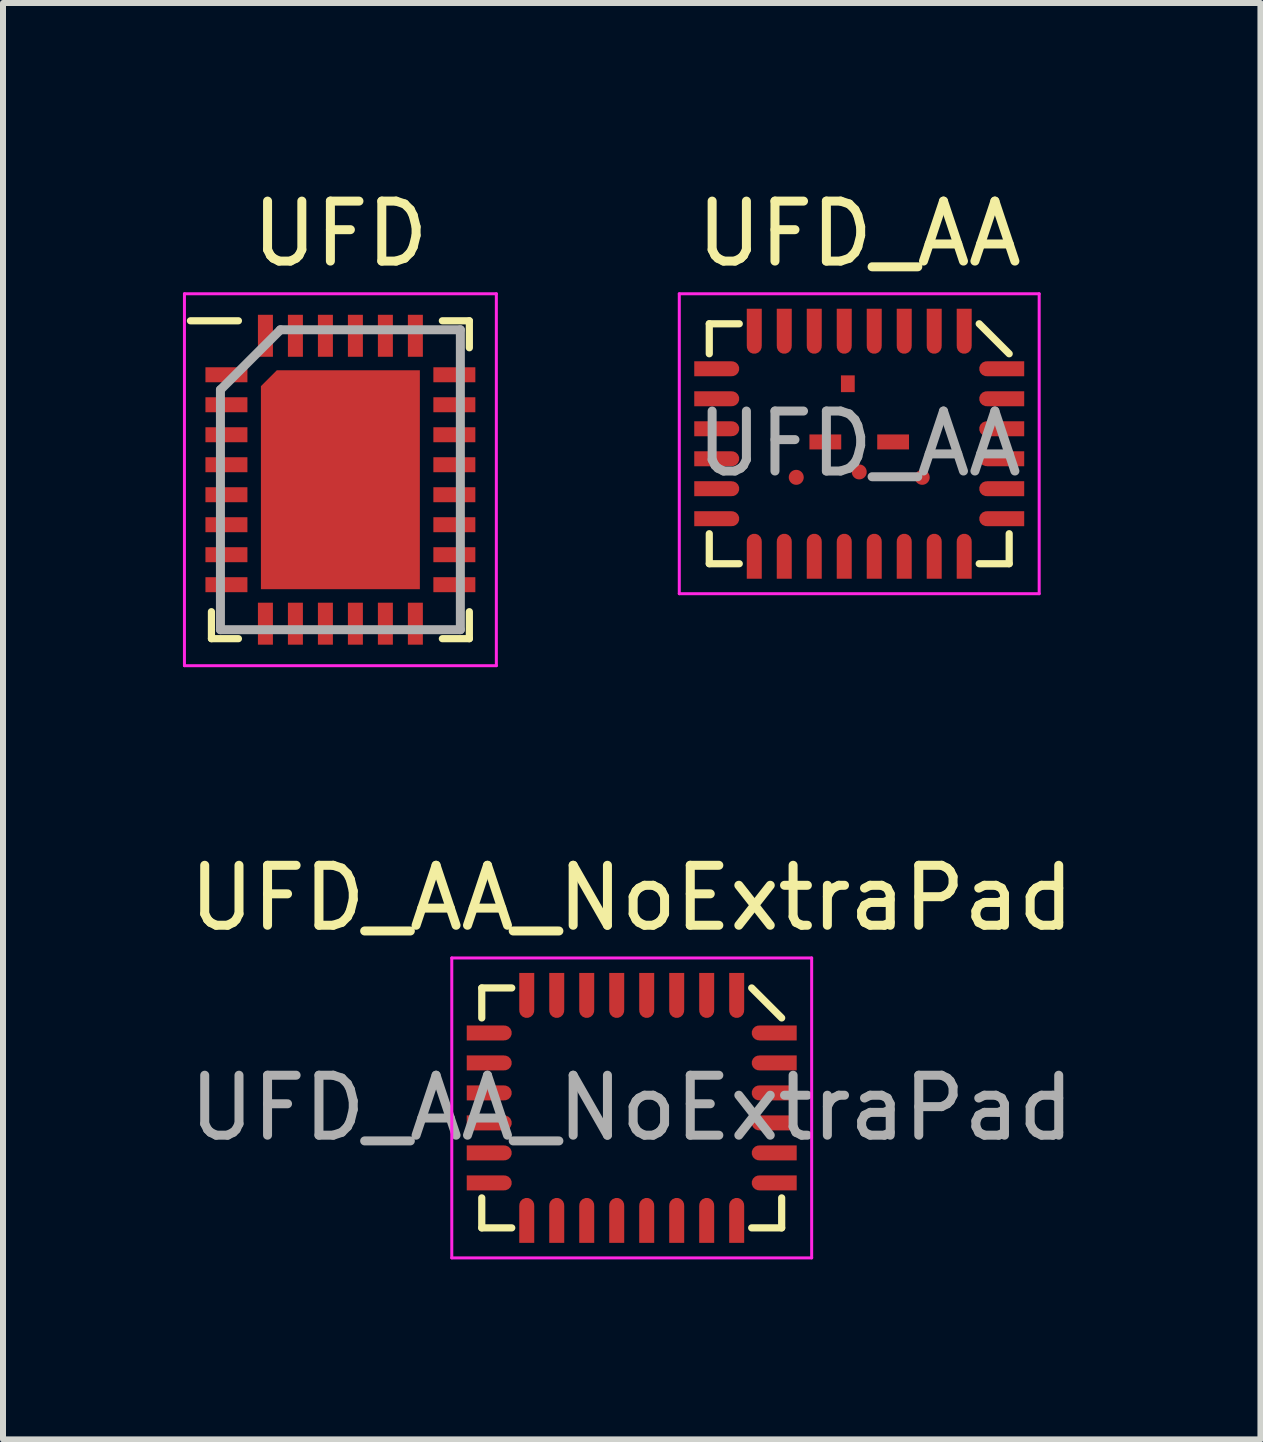
<source format=kicad_pcb>
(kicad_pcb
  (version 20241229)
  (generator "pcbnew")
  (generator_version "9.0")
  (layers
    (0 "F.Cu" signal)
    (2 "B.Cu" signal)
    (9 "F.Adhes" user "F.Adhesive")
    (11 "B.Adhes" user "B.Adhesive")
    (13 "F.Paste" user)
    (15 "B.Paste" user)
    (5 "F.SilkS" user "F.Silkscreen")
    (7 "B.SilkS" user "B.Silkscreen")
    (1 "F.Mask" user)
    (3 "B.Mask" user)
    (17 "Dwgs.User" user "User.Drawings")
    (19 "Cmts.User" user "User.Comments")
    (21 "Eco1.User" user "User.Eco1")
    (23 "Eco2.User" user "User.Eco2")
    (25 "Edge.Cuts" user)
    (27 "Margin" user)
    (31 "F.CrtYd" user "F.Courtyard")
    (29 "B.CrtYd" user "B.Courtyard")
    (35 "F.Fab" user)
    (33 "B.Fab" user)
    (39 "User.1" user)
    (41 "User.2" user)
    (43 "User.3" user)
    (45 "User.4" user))
  (footprint "UFD_AA_NoExtraPad"
    (layer "F.Cu")
    (at 7.482 15.421)
    (property "Reference" "UFD_AA_NoExtraPad" (at 0 -3.5 0) (layer "F.SilkS") (effects (font (size 1 1) (thickness 0.15))))
    (attr smd)
    (fp_line (start -2.5 -2) (end -2 -2) (stroke (width 0.12) (type solid)) (layer "F.SilkS"))
    (fp_line (start -2.5 -1.5) (end -2.5 -2) (stroke (width 0.12) (type solid)) (layer "F.SilkS"))
    (fp_line (start -2.5 1.5) (end -2.5 2) (stroke (width 0.12) (type solid)) (layer "F.SilkS"))
    (fp_line (start -2 2) (end -2.5 2) (stroke (width 0.12) (type solid)) (layer "F.SilkS"))
    (fp_line (start 2 -2) (end 2.5 -1.5) (stroke (width 0.12) (type solid)) (layer "F.SilkS"))
    (fp_line (start 2.5 1.5) (end 2.5 2) (stroke (width 0.12) (type solid)) (layer "F.SilkS"))
    (fp_line (start 2.5 2) (end 2 2) (stroke (width 0.12) (type solid)) (layer "F.SilkS"))
    (fp_line (start -3 -2.5) (end -3 2.5) (stroke (width 0.05) (type solid)) (layer "F.CrtYd"))
    (fp_line (start -3 -2.5) (end 3 -2.5) (stroke (width 0.05) (type solid)) (layer "F.CrtYd"))
    (fp_line (start -3 2.5) (end 3 2.5) (stroke (width 0.05) (type solid)) (layer "F.CrtYd"))
    (fp_line (start 3 -2.5) (end 3 2.5) (stroke (width 0.05) (type solid)) (layer "F.CrtYd"))
    (fp_text user "${REFERENCE}" (at 0 0 0) (layer "F.Fab") (effects (font (size 1 1) (thickness 0.15))))
    (pad "1" smd custom (at 1.75 -1.938 180) (size 0.25 0.625) (layers "F.Cu" "F.Mask" "F.Paste") (options (anchor rect)) (primitives (gr_circle (center 0 -0.313) (end 0.125 -0.313) (width 0) (fill yes))))
    (pad "2" smd custom (at 1.25 -1.938 180) (size 0.25 0.625) (layers "F.Cu" "F.Mask" "F.Paste") (options (anchor rect)) (primitives (gr_circle (center 0 -0.313) (end 0.125 -0.313) (width 0) (fill yes))))
    (pad "3" smd custom (at 0.75 -1.938 180) (size 0.25 0.625) (layers "F.Cu" "F.Mask" "F.Paste") (options (anchor rect)) (primitives (gr_circle (center 0 -0.313) (end 0.125 -0.313) (width 0) (fill yes))))
    (pad "4" smd custom (at 0.25 -1.938 180) (size 0.25 0.625) (layers "F.Cu" "F.Mask" "F.Paste") (options (anchor rect)) (primitives (gr_circle (center 0 -0.313) (end 0.125 -0.313) (width 0) (fill yes))))
    (pad "5" smd custom (at -0.25 -1.938 180) (size 0.25 0.625) (layers "F.Cu" "F.Mask" "F.Paste") (options (anchor rect)) (primitives (gr_circle (center 0 -0.313) (end 0.125 -0.313) (width 0) (fill yes))))
    (pad "6" smd custom (at -0.75 -1.938 180) (size 0.25 0.625) (layers "F.Cu" "F.Mask" "F.Paste") (options (anchor rect)) (primitives (gr_circle (center 0 -0.313) (end 0.125 -0.313) (width 0) (fill yes))))
    (pad "7" smd custom (at -1.25 -1.938 180) (size 0.25 0.625) (layers "F.Cu" "F.Mask" "F.Paste") (options (anchor rect)) (primitives (gr_circle (center 0 -0.313) (end 0.125 -0.313) (width 0) (fill yes))))
    (pad "8" smd custom (at -1.75 -1.938 180) (size 0.25 0.625) (layers "F.Cu" "F.Mask" "F.Paste") (options (anchor rect)) (primitives (gr_circle (center 0 -0.313) (end 0.125 -0.313) (width 0) (fill yes))))
    (pad "9" smd custom (at -2.438 -1.25 270) (size 0.25 0.625) (layers "F.Cu" "F.Mask" "F.Paste") (options (anchor rect)) (primitives (gr_circle (center 0 -0.313) (end 0.125 -0.313) (width 0) (fill yes))))
    (pad "10" smd custom (at -2.438 -0.75 270) (size 0.25 0.625) (layers "F.Cu" "F.Mask" "F.Paste") (options (anchor rect)) (primitives (gr_circle (center 0 -0.313) (end 0.125 -0.313) (width 0) (fill yes))))
    (pad "11" smd custom (at -2.438 -0.25 270) (size 0.25 0.625) (layers "F.Cu" "F.Mask" "F.Paste") (options (anchor rect)) (primitives (gr_circle (center 0 -0.313) (end 0.125 -0.313) (width 0) (fill yes))))
    (pad "12" smd custom (at -2.438 0.25 270) (size 0.25 0.625) (layers "F.Cu" "F.Mask" "F.Paste") (options (anchor rect)) (primitives (gr_circle (center 0 -0.313) (end 0.125 -0.313) (width 0) (fill yes))))
    (pad "13" smd custom (at -2.438 0.75 270) (size 0.25 0.625) (layers "F.Cu" "F.Mask" "F.Paste") (options (anchor rect)) (primitives (gr_circle (center 0 -0.313) (end 0.125 -0.313) (width 0) (fill yes))))
    (pad "14" smd custom (at -2.438 1.25 270) (size 0.25 0.625) (layers "F.Cu" "F.Mask" "F.Paste") (options (anchor rect)) (primitives (gr_circle (center 0 -0.313) (end 0.125 -0.313) (width 0) (fill yes))))
    (pad "15" smd custom (at -1.75 1.938) (size 0.25 0.625) (layers "F.Cu" "F.Mask" "F.Paste") (options (anchor rect)) (primitives (gr_circle (center 0 -0.313) (end 0.125 -0.313) (width 0) (fill yes))))
    (pad "16" smd custom (at -1.25 1.938) (size 0.25 0.625) (layers "F.Cu" "F.Mask" "F.Paste") (options (anchor rect)) (primitives (gr_circle (center 0 -0.313) (end 0.125 -0.313) (width 0) (fill yes))))
    (pad "17" smd custom (at -0.75 1.938) (size 0.25 0.625) (layers "F.Cu" "F.Mask" "F.Paste") (options (anchor rect)) (primitives (gr_circle (center 0 -0.313) (end 0.125 -0.313) (width 0) (fill yes))))
    (pad "18" smd custom (at -0.25 1.938) (size 0.25 0.625) (layers "F.Cu" "F.Mask" "F.Paste") (options (anchor rect)) (primitives (gr_circle (center 0 -0.313) (end 0.125 -0.313) (width 0) (fill yes))))
    (pad "19" smd custom (at 0.25 1.938) (size 0.25 0.625) (layers "F.Cu" "F.Mask" "F.Paste") (options (anchor rect)) (primitives (gr_circle (center 0 -0.313) (end 0.125 -0.313) (width 0) (fill yes))))
    (pad "20" smd custom (at 0.75 1.938) (size 0.25 0.625) (layers "F.Cu" "F.Mask" "F.Paste") (options (anchor rect)) (primitives (gr_circle (center 0 -0.313) (end 0.125 -0.313) (width 0) (fill yes))))
    (pad "21" smd custom (at 1.25 1.938) (size 0.25 0.625) (layers "F.Cu" "F.Mask" "F.Paste") (options (anchor rect)) (primitives (gr_circle (center 0 -0.313) (end 0.125 -0.313) (width 0) (fill yes))))
    (pad "22" smd custom (at 1.75 1.938) (size 0.25 0.625) (layers "F.Cu" "F.Mask" "F.Paste") (options (anchor rect)) (primitives (gr_circle (center 0 -0.313) (end 0.125 -0.313) (width 0) (fill yes))))
    (pad "23" smd custom (at 2.438 1.25 90) (size 0.25 0.625) (layers "F.Cu" "F.Mask" "F.Paste") (options (anchor rect)) (primitives (gr_circle (center 0 -0.313) (end 0.125 -0.313) (width 0) (fill yes))))
    (pad "24" smd custom (at 2.438 0.75 90) (size 0.25 0.625) (layers "F.Cu" "F.Mask" "F.Paste") (options (anchor rect)) (primitives (gr_circle (center 0 -0.313) (end 0.125 -0.313) (width 0) (fill yes))))
    (pad "25" smd custom (at 2.438 0.25 90) (size 0.25 0.625) (layers "F.Cu" "F.Mask" "F.Paste") (options (anchor rect)) (primitives (gr_circle (center 0 -0.313) (end 0.125 -0.313) (width 0) (fill yes))))
    (pad "26" smd custom (at 2.438 -0.25 90) (size 0.25 0.625) (layers "F.Cu" "F.Mask" "F.Paste") (options (anchor rect)) (primitives (gr_circle (center 0 -0.313) (end 0.125 -0.313) (width 0) (fill yes))))
    (pad "27" smd custom (at 2.438 -0.75 90) (size 0.25 0.625) (layers "F.Cu" "F.Mask" "F.Paste") (options (anchor rect)) (primitives (gr_circle (center 0 -0.313) (end 0.125 -0.313) (width 0) (fill yes))))
    (pad "28" smd custom (at 2.438 -1.25 90) (size 0.25 0.625) (layers "F.Cu" "F.Mask" "F.Paste") (options (anchor rect)) (primitives (gr_circle (center 0 -0.313) (end 0.125 -0.313) (width 0) (fill yes))))
    (zone (net_name "") (layers "F.Cu" "F.CrtYd") (hatch edge 0.508) (connect_pads) (min_thickness 0.254) (filled_areas_thickness no) (keepout (tracks not_allowed) (vias not_allowed) (pads not_allowed) (copperpour not_allowed) (footprints not_allowed)) (placement (enabled no)) (fill) (polygon (pts (xy 8.732 16.172) (xy 6.232 16.172) (xy 6.232 14.171) (xy 8.732 14.171)))))
  (footprint "UFD_AA"
    (layer "F.Cu")
    (at 11.275 4.348)
    (property "Reference" "UFD_AA" (at 0 -3.5 0) (layer "F.SilkS") (effects (font (size 1 1) (thickness 0.15))))
    (attr smd)
    (fp_line (start -2.5 -2) (end -2 -2) (stroke (width 0.12) (type solid)) (layer "F.SilkS"))
    (fp_line (start -2.5 -1.5) (end -2.5 -2) (stroke (width 0.12) (type solid)) (layer "F.SilkS"))
    (fp_line (start -2.5 1.5) (end -2.5 2) (stroke (width 0.12) (type solid)) (layer "F.SilkS"))
    (fp_line (start -2 2) (end -2.5 2) (stroke (width 0.12) (type solid)) (layer "F.SilkS"))
    (fp_line (start 2 -2) (end 2.5 -1.5) (stroke (width 0.12) (type solid)) (layer "F.SilkS"))
    (fp_line (start 2.5 1.5) (end 2.5 2) (stroke (width 0.12) (type solid)) (layer "F.SilkS"))
    (fp_line (start 2.5 2) (end 2 2) (stroke (width 0.12) (type solid)) (layer "F.SilkS"))
    (fp_line (start -3 -2.5) (end -3 2.5) (stroke (width 0.05) (type solid)) (layer "F.CrtYd"))
    (fp_line (start -3 -2.5) (end 3 -2.5) (stroke (width 0.05) (type solid)) (layer "F.CrtYd"))
    (fp_line (start -3 2.5) (end 3 2.5) (stroke (width 0.05) (type solid)) (layer "F.CrtYd"))
    (fp_line (start 3 -2.5) (end 3 2.5) (stroke (width 0.05) (type solid)) (layer "F.CrtYd"))
    (fp_text user "${REFERENCE}" (at 0 0 0) (layer "F.Fab") (effects (font (size 1 1) (thickness 0.15))))
    (pad "1" smd custom (at 1.75 -1.938 180) (size 0.25 0.625) (layers "F.Cu" "F.Mask" "F.Paste") (options (anchor rect)) (primitives (gr_circle (center 0 -0.313) (end 0.125 -0.313) (width 0) (fill yes))))
    (pad "2" smd custom (at 1.25 -1.938 180) (size 0.25 0.625) (layers "F.Cu" "F.Mask" "F.Paste") (options (anchor rect)) (primitives (gr_circle (center 0 -0.313) (end 0.125 -0.313) (width 0) (fill yes))))
    (pad "3" smd custom (at 0.75 -1.938 180) (size 0.25 0.625) (layers "F.Cu" "F.Mask" "F.Paste") (options (anchor rect)) (primitives (gr_circle (center 0 -0.313) (end 0.125 -0.313) (width 0) (fill yes))))
    (pad "4" smd custom (at 0.25 -1.938 180) (size 0.25 0.625) (layers "F.Cu" "F.Mask" "F.Paste") (options (anchor rect)) (primitives (gr_circle (center 0 -0.313) (end 0.125 -0.313) (width 0) (fill yes))))
    (pad "5" smd custom (at -0.25 -1.938 180) (size 0.25 0.625) (layers "F.Cu" "F.Mask" "F.Paste") (options (anchor rect)) (primitives (gr_circle (center 0 -0.313) (end 0.125 -0.313) (width 0) (fill yes))))
    (pad "6" smd custom (at -0.75 -1.938 180) (size 0.25 0.625) (layers "F.Cu" "F.Mask" "F.Paste") (options (anchor rect)) (primitives (gr_circle (center 0 -0.313) (end 0.125 -0.313) (width 0) (fill yes))))
    (pad "7" smd custom (at -1.25 -1.938 180) (size 0.25 0.625) (layers "F.Cu" "F.Mask" "F.Paste") (options (anchor rect)) (primitives (gr_circle (center 0 -0.313) (end 0.125 -0.313) (width 0) (fill yes))))
    (pad "8" smd custom (at -1.75 -1.938 180) (size 0.25 0.625) (layers "F.Cu" "F.Mask" "F.Paste") (options (anchor rect)) (primitives (gr_circle (center 0 -0.313) (end 0.125 -0.313) (width 0) (fill yes))))
    (pad "9" smd custom (at -2.438 -1.25 270) (size 0.25 0.625) (layers "F.Cu" "F.Mask" "F.Paste") (options (anchor rect)) (primitives (gr_circle (center 0 -0.313) (end 0.125 -0.313) (width 0) (fill yes))))
    (pad "10" smd custom (at -2.438 -0.75 270) (size 0.25 0.625) (layers "F.Cu" "F.Mask" "F.Paste") (options (anchor rect)) (primitives (gr_circle (center 0 -0.313) (end 0.125 -0.313) (width 0) (fill yes))))
    (pad "11" smd custom (at -2.438 -0.25 270) (size 0.25 0.625) (layers "F.Cu" "F.Mask" "F.Paste") (options (anchor rect)) (primitives (gr_circle (center 0 -0.313) (end 0.125 -0.313) (width 0) (fill yes))))
    (pad "12" smd custom (at -2.438 0.25 270) (size 0.25 0.625) (layers "F.Cu" "F.Mask" "F.Paste") (options (anchor rect)) (primitives (gr_circle (center 0 -0.313) (end 0.125 -0.313) (width 0) (fill yes))))
    (pad "13" smd custom (at -2.438 0.75 270) (size 0.25 0.625) (layers "F.Cu" "F.Mask" "F.Paste") (options (anchor rect)) (primitives (gr_circle (center 0 -0.313) (end 0.125 -0.313) (width 0) (fill yes))))
    (pad "14" smd custom (at -2.438 1.25 270) (size 0.25 0.625) (layers "F.Cu" "F.Mask" "F.Paste") (options (anchor rect)) (primitives (gr_circle (center 0 -0.313) (end 0.125 -0.313) (width 0) (fill yes))))
    (pad "15" smd custom (at -1.75 1.938) (size 0.25 0.625) (layers "F.Cu" "F.Mask" "F.Paste") (options (anchor rect)) (primitives (gr_circle (center 0 -0.313) (end 0.125 -0.313) (width 0) (fill yes))))
    (pad "16" smd custom (at -1.25 1.938) (size 0.25 0.625) (layers "F.Cu" "F.Mask" "F.Paste") (options (anchor rect)) (primitives (gr_circle (center 0 -0.313) (end 0.125 -0.313) (width 0) (fill yes))))
    (pad "17" smd custom (at -0.75 1.938) (size 0.25 0.625) (layers "F.Cu" "F.Mask" "F.Paste") (options (anchor rect)) (primitives (gr_circle (center 0 -0.313) (end 0.125 -0.313) (width 0) (fill yes))))
    (pad "18" smd custom (at -0.25 1.938) (size 0.25 0.625) (layers "F.Cu" "F.Mask" "F.Paste") (options (anchor rect)) (primitives (gr_circle (center 0 -0.313) (end 0.125 -0.313) (width 0) (fill yes))))
    (pad "19" smd custom (at 0.25 1.938) (size 0.25 0.625) (layers "F.Cu" "F.Mask" "F.Paste") (options (anchor rect)) (primitives (gr_circle (center 0 -0.313) (end 0.125 -0.313) (width 0) (fill yes))))
    (pad "20" smd custom (at 0.75 1.938) (size 0.25 0.625) (layers "F.Cu" "F.Mask" "F.Paste") (options (anchor rect)) (primitives (gr_circle (center 0 -0.313) (end 0.125 -0.313) (width 0) (fill yes))))
    (pad "21" smd custom (at 1.25 1.938) (size 0.25 0.625) (layers "F.Cu" "F.Mask" "F.Paste") (options (anchor rect)) (primitives (gr_circle (center 0 -0.313) (end 0.125 -0.313) (width 0) (fill yes))))
    (pad "22" smd custom (at 1.75 1.938) (size 0.25 0.625) (layers "F.Cu" "F.Mask" "F.Paste") (options (anchor rect)) (primitives (gr_circle (center 0 -0.313) (end 0.125 -0.313) (width 0) (fill yes))))
    (pad "23" smd custom (at 2.438 1.25 90) (size 0.25 0.625) (layers "F.Cu" "F.Mask" "F.Paste") (options (anchor rect)) (primitives (gr_circle (center 0 -0.313) (end 0.125 -0.313) (width 0) (fill yes))))
    (pad "24" smd custom (at 2.438 0.75 90) (size 0.25 0.625) (layers "F.Cu" "F.Mask" "F.Paste") (options (anchor rect)) (primitives (gr_circle (center 0 -0.313) (end 0.125 -0.313) (width 0) (fill yes))))
    (pad "25" smd custom (at 2.438 0.25 90) (size 0.25 0.625) (layers "F.Cu" "F.Mask" "F.Paste") (options (anchor rect)) (primitives (gr_circle (center 0 -0.313) (end 0.125 -0.313) (width 0) (fill yes))))
    (pad "26" smd custom (at 2.438 -0.25 90) (size 0.25 0.625) (layers "F.Cu" "F.Mask" "F.Paste") (options (anchor rect)) (primitives (gr_circle (center 0 -0.313) (end 0.125 -0.313) (width 0) (fill yes))))
    (pad "27" smd custom (at 2.438 -0.75 90) (size 0.25 0.625) (layers "F.Cu" "F.Mask" "F.Paste") (options (anchor rect)) (primitives (gr_circle (center 0 -0.313) (end 0.125 -0.313) (width 0) (fill yes))))
    (pad "28" smd custom (at 2.438 -1.25 90) (size 0.25 0.625) (layers "F.Cu" "F.Mask" "F.Paste") (options (anchor rect)) (primitives (gr_circle (center 0 -0.313) (end 0.125 -0.313) (width 0) (fill yes))))
    (pad "29" smd rect (at -0.19 -1) (size 0.23 0.28) (layers "F.Cu" "F.Mask" "F.Paste"))
    (pad "30" smd rect (at 0.565 -0.03 180) (size 0.53 0.25) (layers "F.Cu" "F.Mask" "F.Paste"))
    (pad "31" smd rect (at -0.565 -0.03) (size 0.53 0.25) (layers "F.Cu" "F.Mask" "F.Paste"))
    (pad "32" smd circle (at 0 0.47) (size 0.25 0.25) (layers "F.Cu" "F.Mask" "F.Paste"))
    (pad "33" smd circle (at 1.05 0.56 180) (size 0.25 0.25) (layers "F.Cu" "F.Mask" "F.Paste"))
    (pad "34" smd circle (at -1.05 0.56) (size 0.25 0.25) (layers "F.Cu" "F.Mask" "F.Paste")))
  (footprint "UFD"
    (layer "F.Cu")
    (at 2.625 4.948)
    (property "Reference" "UFD" (at 0 -4.1 0) (layer "F.SilkS") (effects (font (size 1 1) (thickness 0.15))))
    (attr smd)
    (fp_line (start -2.15 2.65) (end -2.15 2.2) (stroke (width 0.12) (type solid)) (layer "F.SilkS"))
    (fp_line (start -1.7 -2.65) (end -2.5 -2.65) (stroke (width 0.12) (type solid)) (layer "F.SilkS"))
    (fp_line (start -1.7 2.65) (end -2.15 2.65) (stroke (width 0.12) (type solid)) (layer "F.SilkS"))
    (fp_line (start 1.7 -2.65) (end 2.15 -2.65) (stroke (width 0.12) (type solid)) (layer "F.SilkS"))
    (fp_line (start 1.7 2.65) (end 2.15 2.65) (stroke (width 0.12) (type solid)) (layer "F.SilkS"))
    (fp_line (start 2.15 -2.65) (end 2.15 -2.2) (stroke (width 0.12) (type solid)) (layer "F.SilkS"))
    (fp_line (start 2.15 2.65) (end 2.15 2.2) (stroke (width 0.12) (type solid)) (layer "F.SilkS"))
    (fp_line (start -2.6 -3.1) (end 2.6 -3.1) (stroke (width 0.05) (type solid)) (layer "F.CrtYd"))
    (fp_line (start -2.6 3.1) (end -2.6 -3.1) (stroke (width 0.05) (type solid)) (layer "F.CrtYd"))
    (fp_line (start 2.6 -3.1) (end 2.6 3.1) (stroke (width 0.05) (type solid)) (layer "F.CrtYd"))
    (fp_line (start 2.6 3.1) (end -2.6 3.1) (stroke (width 0.05) (type solid)) (layer "F.CrtYd"))
    (fp_line (start -2 -1.5) (end -2 2.5) (stroke (width 0.15) (type solid)) (layer "F.Fab"))
    (fp_line (start -2 2.5) (end 2 2.5) (stroke (width 0.15) (type solid)) (layer "F.Fab"))
    (fp_line (start -1 -2.5) (end -2 -1.5) (stroke (width 0.15) (type solid)) (layer "F.Fab"))
    (fp_line (start 2 -2.5) (end -1 -2.5) (stroke (width 0.15) (type solid)) (layer "F.Fab"))
    (fp_line (start 2 2.5) (end 2 -2.5) (stroke (width 0.15) (type solid)) (layer "F.Fab"))
    (pad "1" smd rect (at -1.9 -1.75 90) (size 0.25 0.7) (layers "F.Cu" "F.Mask" "F.Paste"))
    (pad "2" smd rect (at -1.9 -1.25 90) (size 0.25 0.7) (layers "F.Cu" "F.Mask" "F.Paste"))
    (pad "3" smd rect (at -1.9 -0.75 90) (size 0.25 0.7) (layers "F.Cu" "F.Mask" "F.Paste"))
    (pad "4" smd rect (at -1.9 -0.25 90) (size 0.25 0.7) (layers "F.Cu" "F.Mask" "F.Paste"))
    (pad "5" smd rect (at -1.9 0.25 90) (size 0.25 0.7) (layers "F.Cu" "F.Mask" "F.Paste"))
    (pad "6" smd rect (at -1.9 0.75 90) (size 0.25 0.7) (layers "F.Cu" "F.Mask" "F.Paste"))
    (pad "7" smd rect (at -1.9 1.25 90) (size 0.25 0.7) (layers "F.Cu" "F.Mask" "F.Paste"))
    (pad "8" smd rect (at -1.9 1.75 90) (size 0.25 0.7) (layers "F.Cu" "F.Mask" "F.Paste"))
    (pad "9" smd rect (at -1.25 2.4) (size 0.25 0.7) (layers "F.Cu" "F.Mask" "F.Paste"))
    (pad "10" smd rect (at -0.75 2.4) (size 0.25 0.7) (layers "F.Cu" "F.Mask" "F.Paste"))
    (pad "11" smd rect (at -0.25 2.4) (size 0.25 0.7) (layers "F.Cu" "F.Mask" "F.Paste"))
    (pad "12" smd rect (at 0.25 2.4) (size 0.25 0.7) (layers "F.Cu" "F.Mask" "F.Paste"))
    (pad "13" smd rect (at 0.75 2.4) (size 0.25 0.7) (layers "F.Cu" "F.Mask" "F.Paste"))
    (pad "14" smd rect (at 1.25 2.4) (size 0.25 0.7) (layers "F.Cu" "F.Mask" "F.Paste"))
    (pad "15" smd rect (at 1.9 1.75 90) (size 0.25 0.7) (layers "F.Cu" "F.Mask" "F.Paste"))
    (pad "16" smd rect (at 1.9 1.25 90) (size 0.25 0.7) (layers "F.Cu" "F.Mask" "F.Paste"))
    (pad "17" smd rect (at 1.9 0.75 90) (size 0.25 0.7) (layers "F.Cu" "F.Mask" "F.Paste"))
    (pad "18" smd rect (at 1.9 0.25 90) (size 0.25 0.7) (layers "F.Cu" "F.Mask" "F.Paste"))
    (pad "19" smd rect (at 1.9 -0.25 90) (size 0.25 0.7) (layers "F.Cu" "F.Mask" "F.Paste"))
    (pad "20" smd rect (at 1.9 -0.75 90) (size 0.25 0.7) (layers "F.Cu" "F.Mask" "F.Paste"))
    (pad "21" smd rect (at 1.9 -1.25 90) (size 0.25 0.7) (layers "F.Cu" "F.Mask" "F.Paste"))
    (pad "22" smd rect (at 1.9 -1.75 90) (size 0.25 0.7) (layers "F.Cu" "F.Mask" "F.Paste"))
    (pad "23" smd rect (at 1.25 -2.4) (size 0.25 0.7) (layers "F.Cu" "F.Mask" "F.Paste"))
    (pad "24" smd rect (at 0.75 -2.4) (size 0.25 0.7) (layers "F.Cu" "F.Mask" "F.Paste"))
    (pad "25" smd rect (at 0.25 -2.4) (size 0.25 0.7) (layers "F.Cu" "F.Mask" "F.Paste"))
    (pad "26" smd rect (at -0.25 -2.4) (size 0.25 0.7) (layers "F.Cu" "F.Mask" "F.Paste"))
    (pad "27" smd rect (at -0.75 -2.4) (size 0.25 0.7) (layers "F.Cu" "F.Mask" "F.Paste"))
    (pad "28" smd rect (at -1.25 -2.4) (size 0.25 0.7) (layers "F.Cu" "F.Mask" "F.Paste"))
    (pad "29" smd roundrect (at 0 0) (size 2.65 3.65) (layers "F.Cu" "F.Mask" "F.Paste") (roundrect_rratio 0) (chamfer_ratio 0.1) (chamfer top_left)))
  (gr_rect
    (start -3 -3)
    (end 17.964 20.947)
    (stroke (width 0.1) (type default))
    (fill no)
    (layer "Edge.Cuts")))
</source>
